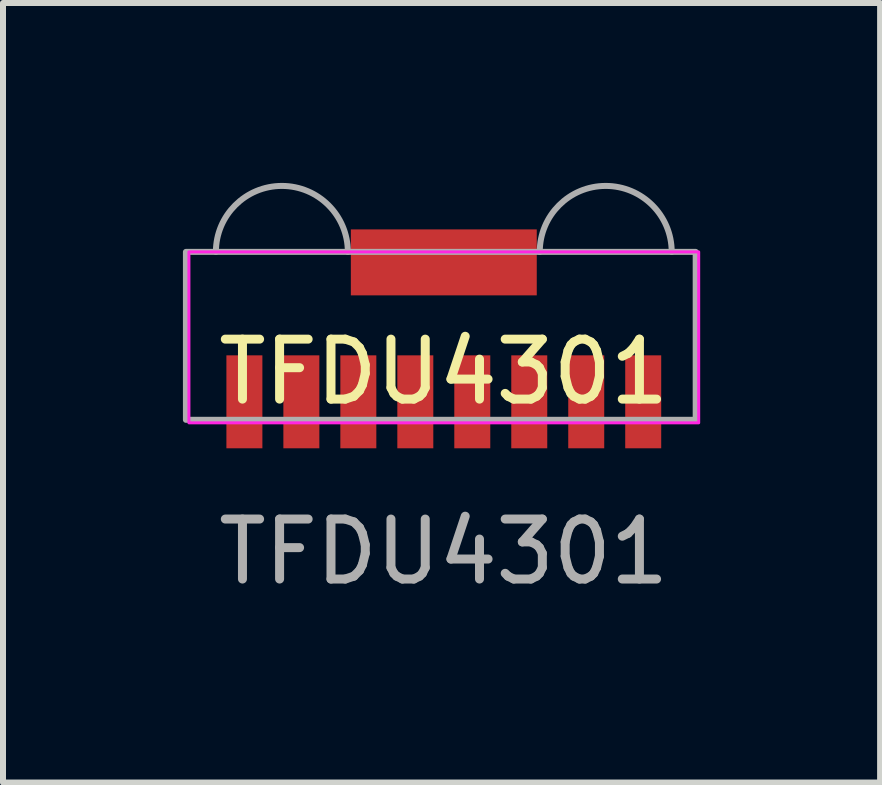
<source format=kicad_pcb>
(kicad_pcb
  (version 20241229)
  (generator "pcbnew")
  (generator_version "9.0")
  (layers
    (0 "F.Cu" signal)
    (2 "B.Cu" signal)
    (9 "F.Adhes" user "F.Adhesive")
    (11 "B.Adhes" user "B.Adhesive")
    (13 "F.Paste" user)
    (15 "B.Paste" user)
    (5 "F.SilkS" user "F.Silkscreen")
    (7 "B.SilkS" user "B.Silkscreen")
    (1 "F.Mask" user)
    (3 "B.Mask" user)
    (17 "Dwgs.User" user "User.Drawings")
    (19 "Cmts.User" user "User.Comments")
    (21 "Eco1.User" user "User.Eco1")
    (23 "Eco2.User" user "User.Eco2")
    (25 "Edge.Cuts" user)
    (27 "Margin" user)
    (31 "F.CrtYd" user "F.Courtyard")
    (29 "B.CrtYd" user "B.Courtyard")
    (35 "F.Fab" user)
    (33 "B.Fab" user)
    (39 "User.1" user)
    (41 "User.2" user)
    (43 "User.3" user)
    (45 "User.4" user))
  (footprint "TFDU4301"
    (layer "F.Cu")
    (at 4.35 3.65)
    (property "Reference" "TFDU4301" (at 0 -0.5 0) (unlocked yes) (layer "F.SilkS") (effects (font (size 1 1) (thickness 0.15))))
    (attr smd)
    (fp_rect (start -4.25 -2.5) (end 4.25 0.35) (stroke (width 0.05) (type solid)) (fill no) (layer "F.CrtYd"))
    (fp_rect (start -4.3 -2.5) (end 4.2 0.3) (stroke (width 0.1) (type solid)) (fill no) (layer "F.Fab"))
    (fp_arc (start -3.8 -2.5) (mid -2.7 -3.6) (end -1.6 -2.5) (stroke (width 0.1) (type solid)) (layer "F.Fab"))
    (fp_arc (start 1.6 -2.5) (mid 2.7 -3.6) (end 3.8 -2.5) (stroke (width 0.1) (type solid)) (layer "F.Fab"))
    (fp_text user "${REFERENCE}" (at 0 2.5 0) (unlocked yes) (layer "F.Fab") (effects (font (size 1 1) (thickness 0.15))))
    (pad "1" smd rect (at 3.325 0) (size 0.6 1.55) (layers "F.Cu" "F.Mask" "F.Paste"))
    (pad "2" smd rect (at 2.375 0) (size 0.6 1.55) (layers "F.Cu" "F.Mask" "F.Paste"))
    (pad "3" smd rect (at 1.425 0) (size 0.6 1.55) (layers "F.Cu" "F.Mask" "F.Paste"))
    (pad "4" smd rect (at 0.475 0) (size 0.6 1.55) (layers "F.Cu" "F.Mask" "F.Paste"))
    (pad "5" smd rect (at -0.475 0) (size 0.6 1.55) (layers "F.Cu" "F.Mask" "F.Paste"))
    (pad "6" smd rect (at -1.425 0) (size 0.6 1.55) (layers "F.Cu" "F.Mask" "F.Paste"))
    (pad "7" smd rect (at -2.375 0) (size 0.6 1.55) (layers "F.Cu" "F.Mask" "F.Paste"))
    (pad "8" smd rect (at -3.325 0) (size 0.6 1.55) (layers "F.Cu" "F.Mask" "F.Paste"))
    (pad "9" smd rect (at 0 -2.325) (size 3.1 1.1) (layers "F.Cu" "F.Mask" "F.Paste")))
  (gr_rect
    (start -3 -3)
    (end 11.625 9.998)
    (stroke (width 0.1) (type default))
    (fill no)
    (layer "Edge.Cuts")))
</source>
